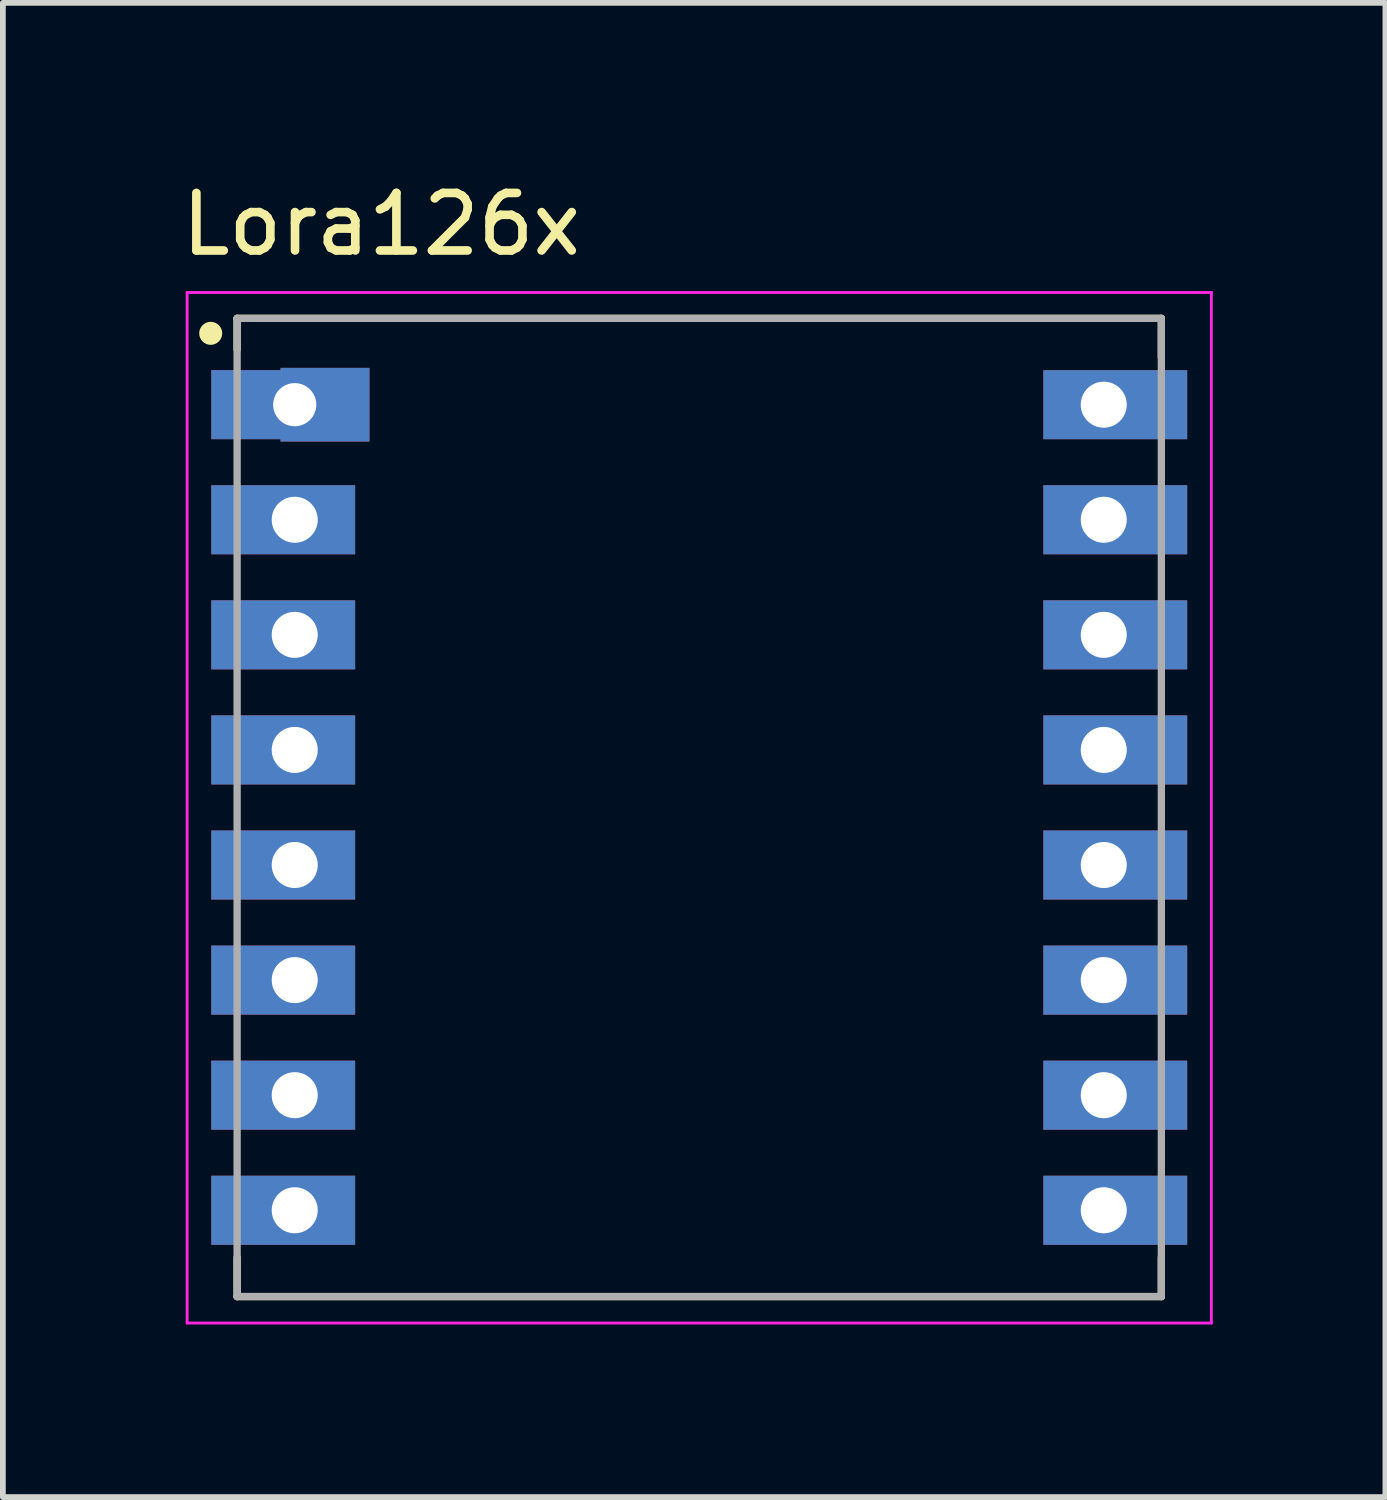
<source format=kicad_pcb>
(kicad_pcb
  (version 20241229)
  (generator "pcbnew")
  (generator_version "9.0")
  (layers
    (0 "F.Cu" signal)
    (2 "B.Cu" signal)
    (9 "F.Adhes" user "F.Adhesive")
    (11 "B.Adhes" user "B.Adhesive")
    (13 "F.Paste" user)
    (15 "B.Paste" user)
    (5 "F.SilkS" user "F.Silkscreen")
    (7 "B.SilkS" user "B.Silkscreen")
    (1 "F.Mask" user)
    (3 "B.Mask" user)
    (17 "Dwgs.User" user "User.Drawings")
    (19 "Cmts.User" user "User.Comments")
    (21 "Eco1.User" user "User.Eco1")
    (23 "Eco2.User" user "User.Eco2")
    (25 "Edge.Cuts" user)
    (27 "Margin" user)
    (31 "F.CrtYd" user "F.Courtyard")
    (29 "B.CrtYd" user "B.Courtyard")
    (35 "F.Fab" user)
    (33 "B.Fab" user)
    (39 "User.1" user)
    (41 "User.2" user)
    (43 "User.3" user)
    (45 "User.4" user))
  (footprint "Lora126x"
    (layer "F.Cu")
    (at 9.102 10.983)
    (property "Reference" "Lora126x" (at -5.525 -10.135 0) (layer "F.SilkS") (effects (font (size 1 1) (thickness 0.15))))
    (attr smd)
    (fp_poly (pts (xy -5.638 -7.735) (xy -5.638 -6.265) (xy -7.824 -6.265) (xy -7.824 -6.27) (xy -8.55 -6.27) (xy -8.55 -7.73) (xy -7.824 -7.73) (xy -7.824 -7.735)) (stroke (width 0.01) (type solid)) (fill yes) (layer "F.Mask"))
    (fp_line (start -8.031 -8.5) (end 8.031 -8.5) (stroke (width 0.127) (type solid)) (layer "F.SilkS"))
    (fp_line (start -8.031 -7.955) (end -8.031 -8.5) (stroke (width 0.127) (type solid)) (layer "F.SilkS"))
    (fp_line (start -8.031 8.5) (end -8.031 7.82) (stroke (width 0.127) (type solid)) (layer "F.SilkS"))
    (fp_line (start 8.031 -8.5) (end 8.031 -7.82) (stroke (width 0.127) (type solid)) (layer "F.SilkS"))
    (fp_line (start 8.031 8.5) (end -8.031 8.5) (stroke (width 0.127) (type solid)) (layer "F.SilkS"))
    (fp_line (start 8.031 8.5) (end 8.031 7.82) (stroke (width 0.127) (type solid)) (layer "F.SilkS"))
    (fp_circle (center -8.49 -8.24) (end -8.39 -8.24) (stroke (width 0.2) (type solid)) (fill no) (layer "F.SilkS"))
    (fp_poly (pts (xy -6.188 -7.635) (xy -6.188 -6.365) (xy -7.724 -6.365) (xy -7.724 -6.5) (xy -8.45 -6.5) (xy -8.45 -7.5) (xy -7.724 -7.5) (xy -7.724 -7.635)) (stroke (width 0.01) (type solid)) (fill yes) (layer "F.Paste"))
    (fp_line (start -8.9 -8.95) (end -8.9 8.96) (stroke (width 0.05) (type solid)) (layer "F.CrtYd"))
    (fp_line (start -8.9 8.96) (end 8.9 8.96) (stroke (width 0.05) (type solid)) (layer "F.CrtYd"))
    (fp_line (start 8.9 -8.95) (end -8.9 -8.95) (stroke (width 0.05) (type solid)) (layer "F.CrtYd"))
    (fp_line (start 8.9 8.96) (end 8.9 -8.95) (stroke (width 0.05) (type solid)) (layer "F.CrtYd"))
    (fp_line (start -8.031 -8.5) (end 8.031 -8.5) (stroke (width 0.127) (type solid)) (layer "F.Fab"))
    (fp_line (start -8.031 8.5) (end -8.031 -8.5) (stroke (width 0.127) (type solid)) (layer "F.Fab"))
    (fp_line (start 8.031 -8.5) (end 8.031 8.5) (stroke (width 0.127) (type solid)) (layer "F.Fab"))
    (fp_line (start 8.031 8.5) (end -8.031 8.5) (stroke (width 0.127) (type solid)) (layer "F.Fab"))
    (pad "1" thru_hole custom (at -7.03 -7) (size 2.5 1.2) (drill 0.75 (offset -0.2 0)) (layers "*.Cu" "*.Mask" "F.Paste") (options (anchor rect)) (primitives (gr_poly (pts (xy 1.494 -0.635) (xy 1.494 0.635) (xy -0.042 0.635) (xy -0.042 0.5) (xy -0.768 0.5) (xy -0.768 -0.5) (xy -0.042 -0.5) (xy -0.042 -0.635)) (width 0.01) (fill yes))))
    (pad "2" thru_hole rect (at -7.03 -5) (size 2.5 1.2) (drill 0.8 (offset -0.2 0)) (layers "*.Cu" "*.Mask" "F.Paste"))
    (pad "3" thru_hole rect (at -7.03 -3) (size 2.5 1.2) (drill 0.8 (offset -0.2 0)) (layers "*.Cu" "*.Mask" "F.Paste"))
    (pad "4" thru_hole rect (at -7.03 -1) (size 2.5 1.2) (drill 0.8 (offset -0.2 0)) (layers "*.Cu" "*.Mask" "F.Paste"))
    (pad "5" thru_hole rect (at -7.03 1) (size 2.5 1.2) (drill 0.8 (offset -0.2 0)) (layers "*.Cu" "*.Mask" "F.Paste"))
    (pad "6" thru_hole rect (at -7.03 3) (size 2.5 1.2) (drill 0.8 (offset -0.2 0)) (layers "*.Cu" "*.Mask" "F.Paste"))
    (pad "7" thru_hole rect (at -7.03 5) (size 2.5 1.2) (drill 0.8 (offset -0.2 0)) (layers "*.Cu" "*.Mask" "F.Paste"))
    (pad "8" thru_hole rect (at -7.03 7) (size 2.5 1.2) (drill 0.8 (offset -0.2 0)) (layers "*.Cu" "*.Mask" "F.Paste"))
    (pad "9" thru_hole rect (at 7.03 7) (size 2.5 1.2) (drill 0.8 (offset 0.2 0)) (layers "*.Cu" "*.Mask" "F.Paste"))
    (pad "10" thru_hole rect (at 7.03 5) (size 2.5 1.2) (drill 0.8 (offset 0.2 0)) (layers "*.Cu" "*.Mask" "F.Paste"))
    (pad "11" thru_hole rect (at 7.03 3) (size 2.5 1.2) (drill 0.8 (offset 0.2 0)) (layers "*.Cu" "*.Mask" "F.Paste"))
    (pad "12" thru_hole rect (at 7.03 1) (size 2.5 1.2) (drill 0.8 (offset 0.2 0)) (layers "*.Cu" "*.Mask" "F.Paste"))
    (pad "13" thru_hole rect (at 7.03 -1) (size 2.5 1.2) (drill 0.8 (offset 0.2 0)) (layers "*.Cu" "*.Mask" "F.Paste"))
    (pad "14" thru_hole rect (at 7.03 -3) (size 2.5 1.2) (drill 0.8 (offset 0.2 0)) (layers "*.Cu" "*.Mask" "F.Paste"))
    (pad "15" thru_hole rect (at 7.03 -5) (size 2.5 1.2) (drill 0.8 (offset 0.2 0)) (layers "*.Cu" "*.Mask" "F.Paste"))
    (pad "16" thru_hole rect (at 7.03 -7) (size 2.5 1.2) (drill 0.8 (offset 0.2 0)) (layers "*.Cu" "*.Mask" "F.Paste")))
  (gr_rect
    (start -3 -3)
    (end 21.027 22.968)
    (stroke (width 0.1) (type default))
    (fill no)
    (layer "Edge.Cuts")))
</source>
